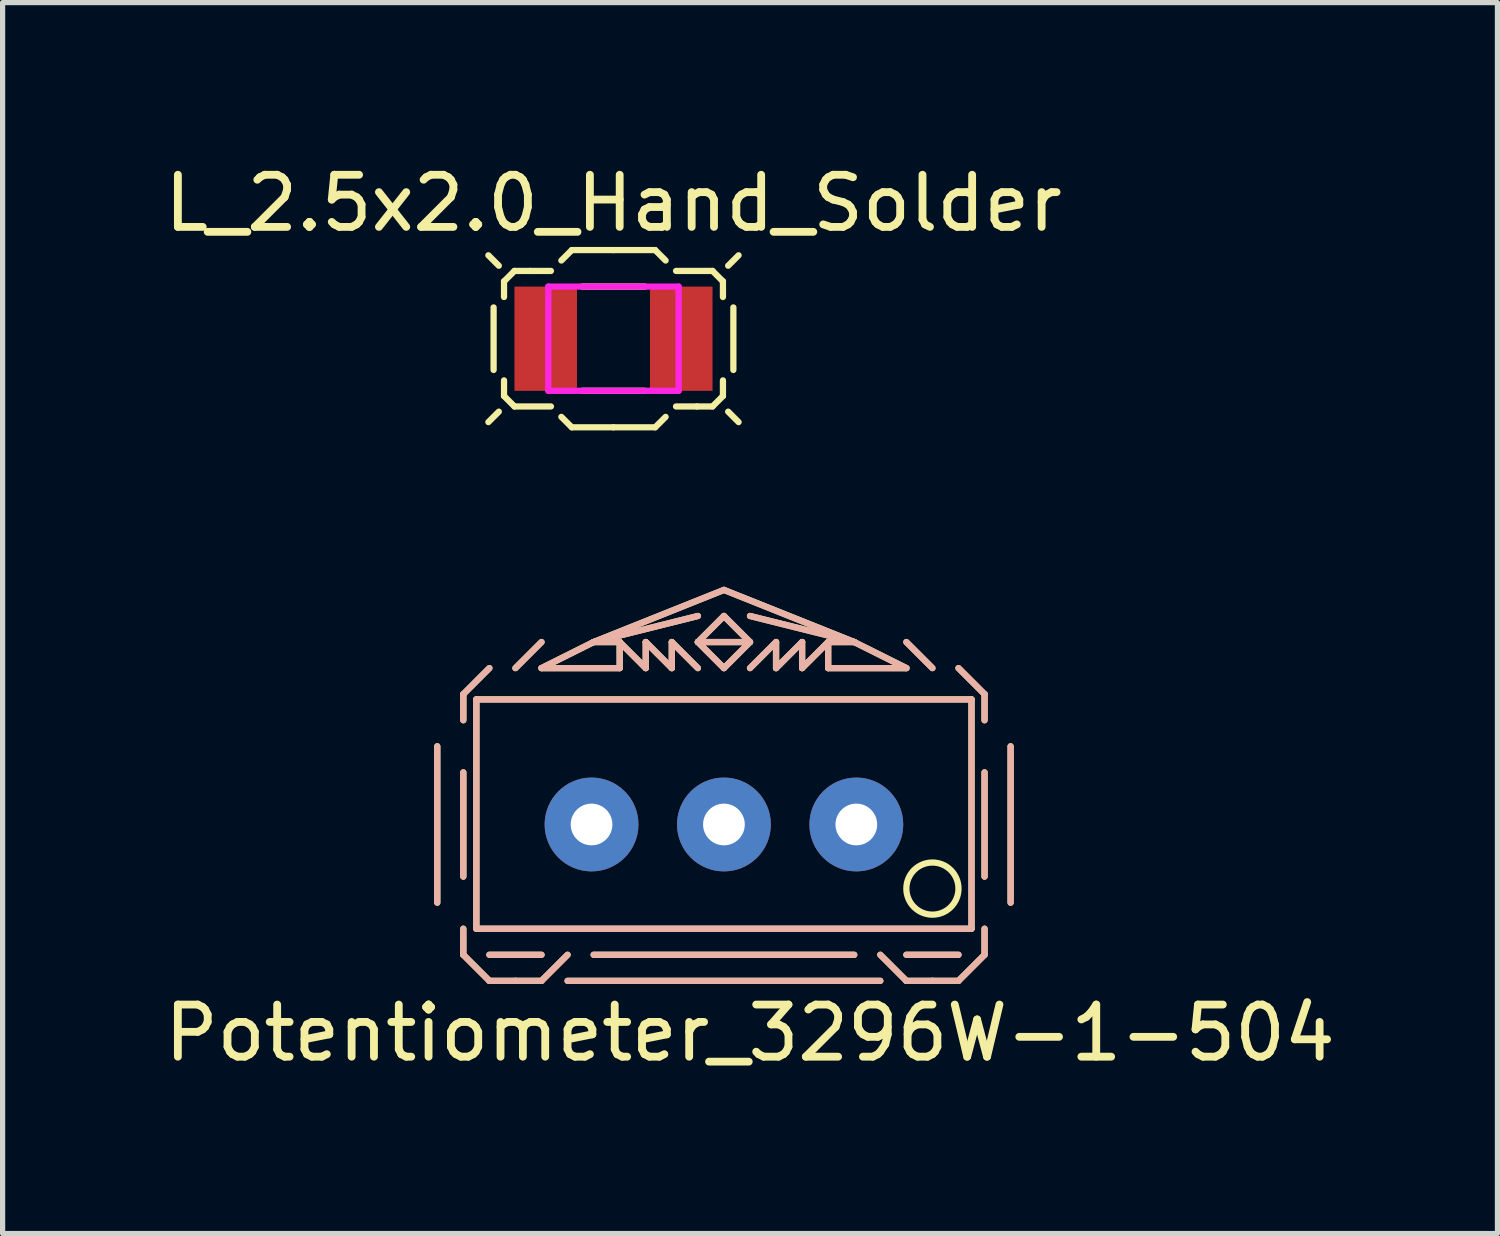
<source format=kicad_pcb>
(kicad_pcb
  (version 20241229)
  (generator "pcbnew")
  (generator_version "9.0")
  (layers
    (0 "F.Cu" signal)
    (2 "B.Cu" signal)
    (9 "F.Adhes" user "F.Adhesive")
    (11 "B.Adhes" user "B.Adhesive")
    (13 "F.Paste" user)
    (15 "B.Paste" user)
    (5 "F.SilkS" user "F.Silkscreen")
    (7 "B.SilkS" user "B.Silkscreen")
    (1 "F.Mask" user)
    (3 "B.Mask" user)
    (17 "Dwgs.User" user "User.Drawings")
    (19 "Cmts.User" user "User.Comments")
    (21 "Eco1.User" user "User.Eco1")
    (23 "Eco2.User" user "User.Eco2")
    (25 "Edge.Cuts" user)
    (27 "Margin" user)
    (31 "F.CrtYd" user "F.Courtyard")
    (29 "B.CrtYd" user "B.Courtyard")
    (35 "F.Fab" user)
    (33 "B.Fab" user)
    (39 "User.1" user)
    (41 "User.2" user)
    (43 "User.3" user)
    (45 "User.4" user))
  (footprint "Potentiometer_3296W-1-504"
    (layer "F.Cu")
    (at 10.839 12.768)
    (property "Reference" "Potentiometer_3296W-1-504" (at 0.5 4 0) (layer "F.SilkS") (effects (font (size 1 1) (thickness 0.15))))
    (attr through_hole)
    (fp_line (start -5.5 1.5) (end -5.5 -1.5) (stroke (width 0.12) (type solid)) (layer "F.SilkS"))
    (fp_line (start -5 -2.5) (end -4.5 -3) (stroke (width 0.12) (type solid)) (layer "F.SilkS"))
    (fp_line (start -5 -2) (end -5 -2.5) (stroke (width 0.12) (type solid)) (layer "F.SilkS"))
    (fp_line (start -5 -1) (end -5 1) (stroke (width 0.12) (type solid)) (layer "F.SilkS"))
    (fp_line (start -5 2) (end -5 2.5) (stroke (width 0.12) (type solid)) (layer "F.SilkS"))
    (fp_line (start -5 2.5) (end -4.5 3) (stroke (width 0.12) (type solid)) (layer "F.SilkS"))
    (fp_line (start -4.75 -2.4) (end -4.75 2) (stroke (width 0.12) (type solid)) (layer "F.SilkS"))
    (fp_line (start -4.75 -2.4) (end 4.75 -2.4) (stroke (width 0.12) (type solid)) (layer "F.SilkS"))
    (fp_line (start -4.5 2.5) (end -3.5 2.5) (stroke (width 0.12) (type solid)) (layer "F.SilkS"))
    (fp_line (start -4.5 3) (end -4 3) (stroke (width 0.12) (type solid)) (layer "F.SilkS"))
    (fp_line (start -4 -3) (end -3.5 -3.5) (stroke (width 0.12) (type solid)) (layer "F.SilkS"))
    (fp_line (start -4 3) (end -3.5 3) (stroke (width 0.12) (type solid)) (layer "F.SilkS"))
    (fp_line (start -3.5 -3) (end -2 -3) (stroke (width 0.12) (type solid)) (layer "F.SilkS"))
    (fp_line (start -3.5 3) (end -3 2.5) (stroke (width 0.12) (type solid)) (layer "F.SilkS"))
    (fp_line (start -3 3) (end 3 3) (stroke (width 0.12) (type solid)) (layer "F.SilkS"))
    (fp_line (start -2.5 -3.5) (end -3.5 -3) (stroke (width 0.12) (type solid)) (layer "F.SilkS"))
    (fp_line (start -2.5 -3.5) (end -2 -3.5) (stroke (width 0.12) (type solid)) (layer "F.SilkS"))
    (fp_line (start -2.5 2.5) (end 2.5 2.5) (stroke (width 0.12) (type solid)) (layer "F.SilkS"))
    (fp_line (start -2 -3.5) (end -1.5 -3) (stroke (width 0.12) (type solid)) (layer "F.SilkS"))
    (fp_line (start -2 -3) (end -2 -3.5) (stroke (width 0.12) (type solid)) (layer "F.SilkS"))
    (fp_line (start -1.5 -3.5) (end -1 -3) (stroke (width 0.12) (type solid)) (layer "F.SilkS"))
    (fp_line (start -1.5 -3) (end -1.5 -3.5) (stroke (width 0.12) (type solid)) (layer "F.SilkS"))
    (fp_line (start -1 -3.5) (end -0.5 -3) (stroke (width 0.12) (type solid)) (layer "F.SilkS"))
    (fp_line (start -1 -3) (end -1 -3.5) (stroke (width 0.12) (type solid)) (layer "F.SilkS"))
    (fp_line (start -0.5 -4) (end -2.5 -3.5) (stroke (width 0.12) (type solid)) (layer "F.SilkS"))
    (fp_line (start -0.5 -3.5) (end 0.5 -3.5) (stroke (width 0.12) (type solid)) (layer "F.SilkS"))
    (fp_line (start 0 -4.5) (end -2.5 -3.5) (stroke (width 0.12) (type solid)) (layer "F.SilkS"))
    (fp_line (start 0 -4.5) (end 2.5 -3.5) (stroke (width 0.12) (type solid)) (layer "F.SilkS"))
    (fp_line (start 0 -4) (end -0.5 -3.5) (stroke (width 0.12) (type solid)) (layer "F.SilkS"))
    (fp_line (start 0 -4) (end 0.5 -3.5) (stroke (width 0.12) (type solid)) (layer "F.SilkS"))
    (fp_line (start 0 -3) (end -0.5 -3.5) (stroke (width 0.12) (type solid)) (layer "F.SilkS"))
    (fp_line (start 0.5 -4) (end 2.5 -3.5) (stroke (width 0.12) (type solid)) (layer "F.SilkS"))
    (fp_line (start 0.5 -3.5) (end 0 -3) (stroke (width 0.12) (type solid)) (layer "F.SilkS"))
    (fp_line (start 0.5 -3) (end 1 -3.5) (stroke (width 0.12) (type solid)) (layer "F.SilkS"))
    (fp_line (start 1 -3.5) (end 1 -3) (stroke (width 0.12) (type solid)) (layer "F.SilkS"))
    (fp_line (start 1 -3) (end 1.5 -3.5) (stroke (width 0.12) (type solid)) (layer "F.SilkS"))
    (fp_line (start 1.5 -3.5) (end 1.5 -3) (stroke (width 0.12) (type solid)) (layer "F.SilkS"))
    (fp_line (start 1.5 -3) (end 2 -3.5) (stroke (width 0.12) (type solid)) (layer "F.SilkS"))
    (fp_line (start 2 -3.5) (end 2 -3) (stroke (width 0.12) (type solid)) (layer "F.SilkS"))
    (fp_line (start 2 -3.5) (end 2.5 -3.5) (stroke (width 0.12) (type solid)) (layer "F.SilkS"))
    (fp_line (start 2.5 -3.5) (end 3.5 -3) (stroke (width 0.12) (type solid)) (layer "F.SilkS"))
    (fp_line (start 3.5 -3) (end 2 -3) (stroke (width 0.12) (type solid)) (layer "F.SilkS"))
    (fp_line (start 3.5 2.5) (end 4.5 2.5) (stroke (width 0.12) (type solid)) (layer "F.SilkS"))
    (fp_line (start 3.5 3) (end 3 2.5) (stroke (width 0.12) (type solid)) (layer "F.SilkS"))
    (fp_line (start 4 -3) (end 3.5 -3.5) (stroke (width 0.12) (type solid)) (layer "F.SilkS"))
    (fp_line (start 4 3) (end 3.5 3) (stroke (width 0.12) (type solid)) (layer "F.SilkS"))
    (fp_line (start 4.5 3) (end 4 3) (stroke (width 0.12) (type solid)) (layer "F.SilkS"))
    (fp_line (start 4.75 -2.4) (end 4.75 2) (stroke (width 0.12) (type solid)) (layer "F.SilkS"))
    (fp_line (start 4.75 2) (end -4.75 2) (stroke (width 0.12) (type solid)) (layer "F.SilkS"))
    (fp_line (start 5 -2.5) (end 4.5 -3) (stroke (width 0.12) (type solid)) (layer "F.SilkS"))
    (fp_line (start 5 -2) (end 5 -2.5) (stroke (width 0.12) (type solid)) (layer "F.SilkS"))
    (fp_line (start 5 -1) (end 5 1) (stroke (width 0.12) (type solid)) (layer "F.SilkS"))
    (fp_line (start 5 2.5) (end 4.5 3) (stroke (width 0.12) (type solid)) (layer "F.SilkS"))
    (fp_line (start 5 2.5) (end 5 2) (stroke (width 0.12) (type solid)) (layer "F.SilkS"))
    (fp_line (start 5.5 -1.5) (end 5.5 1.5) (stroke (width 0.12) (type solid)) (layer "F.SilkS"))
    (fp_circle (center 4 1.23) (end 4 1.73) (stroke (width 0.12) (type solid)) (fill no) (layer "F.SilkS"))
    (fp_line (start -5.5 -1.5) (end -5.5 1.5) (stroke (width 0.12) (type solid)) (layer "B.SilkS"))
    (fp_line (start -5 -2.5) (end -4.5 -3) (stroke (width 0.12) (type solid)) (layer "B.SilkS"))
    (fp_line (start -5 -2) (end -5 -2.5) (stroke (width 0.12) (type solid)) (layer "B.SilkS"))
    (fp_line (start -5 -1) (end -5 1) (stroke (width 0.12) (type solid)) (layer "B.SilkS"))
    (fp_line (start -5 2.5) (end -5 2) (stroke (width 0.12) (type solid)) (layer "B.SilkS"))
    (fp_line (start -5 2.5) (end -4.5 3) (stroke (width 0.12) (type solid)) (layer "B.SilkS"))
    (fp_line (start -4.75 -2.4) (end -4.75 2) (stroke (width 0.12) (type solid)) (layer "B.SilkS"))
    (fp_line (start -4.75 2) (end 4.75 2) (stroke (width 0.12) (type solid)) (layer "B.SilkS"))
    (fp_line (start -4.5 3) (end -4 3) (stroke (width 0.12) (type solid)) (layer "B.SilkS"))
    (fp_line (start -4 -3) (end -3.5 -3.5) (stroke (width 0.12) (type solid)) (layer "B.SilkS"))
    (fp_line (start -4 3) (end -3.5 3) (stroke (width 0.12) (type solid)) (layer "B.SilkS"))
    (fp_line (start -3.5 -3) (end -2 -3) (stroke (width 0.12) (type solid)) (layer "B.SilkS"))
    (fp_line (start -3.5 2.5) (end -4.5 2.5) (stroke (width 0.12) (type solid)) (layer "B.SilkS"))
    (fp_line (start -3.5 3) (end -3 2.5) (stroke (width 0.12) (type solid)) (layer "B.SilkS"))
    (fp_line (start -2.5 -3.5) (end -3.5 -3) (stroke (width 0.12) (type solid)) (layer "B.SilkS"))
    (fp_line (start -2 -3.5) (end -2.5 -3.5) (stroke (width 0.12) (type solid)) (layer "B.SilkS"))
    (fp_line (start -2 -3.5) (end -2 -3) (stroke (width 0.12) (type solid)) (layer "B.SilkS"))
    (fp_line (start -1.5 -3.5) (end -1.5 -3) (stroke (width 0.12) (type solid)) (layer "B.SilkS"))
    (fp_line (start -1.5 -3) (end -2 -3.5) (stroke (width 0.12) (type solid)) (layer "B.SilkS"))
    (fp_line (start -1 -3.5) (end -1 -3) (stroke (width 0.12) (type solid)) (layer "B.SilkS"))
    (fp_line (start -1 -3) (end -1.5 -3.5) (stroke (width 0.12) (type solid)) (layer "B.SilkS"))
    (fp_line (start -0.5 -4) (end -2.5 -3.5) (stroke (width 0.12) (type solid)) (layer "B.SilkS"))
    (fp_line (start -0.5 -3.5) (end 0 -3) (stroke (width 0.12) (type solid)) (layer "B.SilkS"))
    (fp_line (start -0.5 -3) (end -1 -3.5) (stroke (width 0.12) (type solid)) (layer "B.SilkS"))
    (fp_line (start 0 -4.5) (end -2.5 -3.5) (stroke (width 0.12) (type solid)) (layer "B.SilkS"))
    (fp_line (start 0 -4.5) (end 2.5 -3.5) (stroke (width 0.12) (type solid)) (layer "B.SilkS"))
    (fp_line (start 0 -4) (end -0.5 -3.5) (stroke (width 0.12) (type solid)) (layer "B.SilkS"))
    (fp_line (start 0 -4) (end 0.5 -3.5) (stroke (width 0.12) (type solid)) (layer "B.SilkS"))
    (fp_line (start 0 -3) (end 0.5 -3.5) (stroke (width 0.12) (type solid)) (layer "B.SilkS"))
    (fp_line (start 0.5 -4) (end 2.5 -3.5) (stroke (width 0.12) (type solid)) (layer "B.SilkS"))
    (fp_line (start 0.5 -3.5) (end -0.5 -3.5) (stroke (width 0.12) (type solid)) (layer "B.SilkS"))
    (fp_line (start 1 -3.5) (end 0.5 -3) (stroke (width 0.12) (type solid)) (layer "B.SilkS"))
    (fp_line (start 1 -3) (end 1 -3.5) (stroke (width 0.12) (type solid)) (layer "B.SilkS"))
    (fp_line (start 1.5 -3.5) (end 1 -3) (stroke (width 0.12) (type solid)) (layer "B.SilkS"))
    (fp_line (start 1.5 -3) (end 1.5 -3.5) (stroke (width 0.12) (type solid)) (layer "B.SilkS"))
    (fp_line (start 2 -3.5) (end 1.5 -3) (stroke (width 0.12) (type solid)) (layer "B.SilkS"))
    (fp_line (start 2 -3) (end 2 -3.5) (stroke (width 0.12) (type solid)) (layer "B.SilkS"))
    (fp_line (start 2.5 -3.5) (end 2 -3.5) (stroke (width 0.12) (type solid)) (layer "B.SilkS"))
    (fp_line (start 2.5 -3.5) (end 3.5 -3) (stroke (width 0.12) (type solid)) (layer "B.SilkS"))
    (fp_line (start 2.5 2.5) (end -2.5 2.5) (stroke (width 0.12) (type solid)) (layer "B.SilkS"))
    (fp_line (start 3 3) (end -3 3) (stroke (width 0.12) (type solid)) (layer "B.SilkS"))
    (fp_line (start 3.5 -3) (end 2 -3) (stroke (width 0.12) (type solid)) (layer "B.SilkS"))
    (fp_line (start 3.5 3) (end 3 2.5) (stroke (width 0.12) (type solid)) (layer "B.SilkS"))
    (fp_line (start 4 -3) (end 3.5 -3.5) (stroke (width 0.12) (type solid)) (layer "B.SilkS"))
    (fp_line (start 4 3) (end 3.5 3) (stroke (width 0.12) (type solid)) (layer "B.SilkS"))
    (fp_line (start 4.5 2.5) (end 3.5 2.5) (stroke (width 0.12) (type solid)) (layer "B.SilkS"))
    (fp_line (start 4.5 3) (end 4 3) (stroke (width 0.12) (type solid)) (layer "B.SilkS"))
    (fp_line (start 4.75 -2.4) (end -4.75 -2.4) (stroke (width 0.12) (type solid)) (layer "B.SilkS"))
    (fp_line (start 4.75 -2.4) (end 4.75 2) (stroke (width 0.12) (type solid)) (layer "B.SilkS"))
    (fp_line (start 5 -2.5) (end 4.5 -3) (stroke (width 0.12) (type solid)) (layer "B.SilkS"))
    (fp_line (start 5 -2) (end 5 -2.5) (stroke (width 0.12) (type solid)) (layer "B.SilkS"))
    (fp_line (start 5 -1) (end 5 1) (stroke (width 0.12) (type solid)) (layer "B.SilkS"))
    (fp_line (start 5 2) (end 5 2.5) (stroke (width 0.12) (type solid)) (layer "B.SilkS"))
    (fp_line (start 5 2.5) (end 4.5 3) (stroke (width 0.12) (type solid)) (layer "B.SilkS"))
    (fp_line (start 5.5 1.5) (end 5.5 -1.5) (stroke (width 0.12) (type solid)) (layer "B.SilkS"))
    (pad "1" thru_hole circle (at -2.54 0) (size 1.8 1.8) (drill 0.8) (layers "*.Cu" "*.Mask"))
    (pad "2" thru_hole circle (at 0 0) (size 1.8 1.8) (drill 0.8) (layers "*.Cu" "*.Mask"))
    (pad "3" thru_hole circle (at 2.54 0) (size 1.8 1.8) (drill 0.8) (layers "*.Cu" "*.Mask")))
  (footprint "L_2.5x2.0_Hand_Solder"
    (layer "F.Cu")
    (at 8.72 3.448)
    (property "Reference" "L_2.5x2.0_Hand_Solder" (at 0 -2.6 0) (layer "F.SilkS") (effects (font (size 1 1) (thickness 0.15))))
    (attr through_hole)
    (fp_line (start -2.3 -0.6) (end -2.3 0.6) (stroke (width 0.12) (type solid)) (layer "F.SilkS"))
    (fp_line (start -2.2 -1.4) (end -2.4 -1.6) (stroke (width 0.12) (type solid)) (layer "F.SilkS"))
    (fp_line (start -2.2 1.4) (end -2.4 1.6) (stroke (width 0.12) (type solid)) (layer "F.SilkS"))
    (fp_line (start -2.1 -1.1) (end -1.9 -1.3) (stroke (width 0.12) (type solid)) (layer "F.SilkS"))
    (fp_line (start -2.1 -0.8) (end -2.1 -1.1) (stroke (width 0.12) (type solid)) (layer "F.SilkS"))
    (fp_line (start -2.1 1.1) (end -2.1 0.8) (stroke (width 0.12) (type solid)) (layer "F.SilkS"))
    (fp_line (start -1.9 -1.3) (end -1.6 -1.3) (stroke (width 0.12) (type solid)) (layer "F.SilkS"))
    (fp_line (start -1.9 1.3) (end -2.1 1.1) (stroke (width 0.12) (type solid)) (layer "F.SilkS"))
    (fp_line (start -1.6 -1.3) (end -1.2 -1.3) (stroke (width 0.12) (type solid)) (layer "F.SilkS"))
    (fp_line (start -1.2 1.3) (end -1.9 1.3) (stroke (width 0.12) (type solid)) (layer "F.SilkS"))
    (fp_line (start -1 -1.5) (end -0.8 -1.7) (stroke (width 0.12) (type solid)) (layer "F.SilkS"))
    (fp_line (start -0.8 -1.7) (end 0 -1.7) (stroke (width 0.12) (type solid)) (layer "F.SilkS"))
    (fp_line (start -0.8 1.7) (end -1 1.5) (stroke (width 0.12) (type solid)) (layer "F.SilkS"))
    (fp_line (start -0.8 1.7) (end 0 1.7) (stroke (width 0.12) (type solid)) (layer "F.SilkS"))
    (fp_line (start -0.6 1) (end 0.6 1) (stroke (width 0.12) (type solid)) (layer "F.SilkS"))
    (fp_line (start 0.6 -1) (end -0.6 -1) (stroke (width 0.12) (type solid)) (layer "F.SilkS"))
    (fp_line (start 0.8 -1.7) (end 0 -1.7) (stroke (width 0.12) (type solid)) (layer "F.SilkS"))
    (fp_line (start 0.8 -1.7) (end 1 -1.5) (stroke (width 0.12) (type solid)) (layer "F.SilkS"))
    (fp_line (start 0.8 1.7) (end 0 1.7) (stroke (width 0.12) (type solid)) (layer "F.SilkS"))
    (fp_line (start 1 1.5) (end 0.8 1.7) (stroke (width 0.12) (type solid)) (layer "F.SilkS"))
    (fp_line (start 1.2 -1.3) (end 1.9 -1.3) (stroke (width 0.12) (type solid)) (layer "F.SilkS"))
    (fp_line (start 1.6 1.3) (end 1.2 1.3) (stroke (width 0.12) (type solid)) (layer "F.SilkS"))
    (fp_line (start 1.9 -1.3) (end 2.1 -1.1) (stroke (width 0.12) (type solid)) (layer "F.SilkS"))
    (fp_line (start 1.9 1.3) (end 1.6 1.3) (stroke (width 0.12) (type solid)) (layer "F.SilkS"))
    (fp_line (start 2.1 -1.1) (end 2.1 -0.8) (stroke (width 0.12) (type solid)) (layer "F.SilkS"))
    (fp_line (start 2.1 0.8) (end 2.1 1.1) (stroke (width 0.12) (type solid)) (layer "F.SilkS"))
    (fp_line (start 2.1 1.1) (end 1.9 1.3) (stroke (width 0.12) (type solid)) (layer "F.SilkS"))
    (fp_line (start 2.2 -1.4) (end 2.4 -1.6) (stroke (width 0.12) (type solid)) (layer "F.SilkS"))
    (fp_line (start 2.2 1.4) (end 2.4 1.6) (stroke (width 0.12) (type solid)) (layer "F.SilkS"))
    (fp_line (start 2.3 -0.6) (end 2.3 0.6) (stroke (width 0.12) (type solid)) (layer "F.SilkS"))
    (fp_line (start -1.25 -1) (end 1.25 -1) (stroke (width 0.12) (type solid)) (layer "F.CrtYd"))
    (fp_line (start -1.25 1) (end -1.25 -1) (stroke (width 0.12) (type solid)) (layer "F.CrtYd"))
    (fp_line (start 1.25 -1) (end 1.25 1) (stroke (width 0.12) (type solid)) (layer "F.CrtYd"))
    (fp_line (start 1.25 1) (end -1.25 1) (stroke (width 0.12) (type solid)) (layer "F.CrtYd"))
    (pad "1" smd rect (at -1.3 0) (size 1.2 2) (layers "F.Cu" "F.Mask" "F.Paste"))
    (pad "2" smd rect (at 1.3 0 180) (size 1.2 2) (layers "F.Cu" "F.Mask" "F.Paste")))
  (gr_rect
    (start -3 -3)
    (end 25.679 20.616)
    (stroke (width 0.1) (type default))
    (fill no)
    (layer "Edge.Cuts")))
</source>
